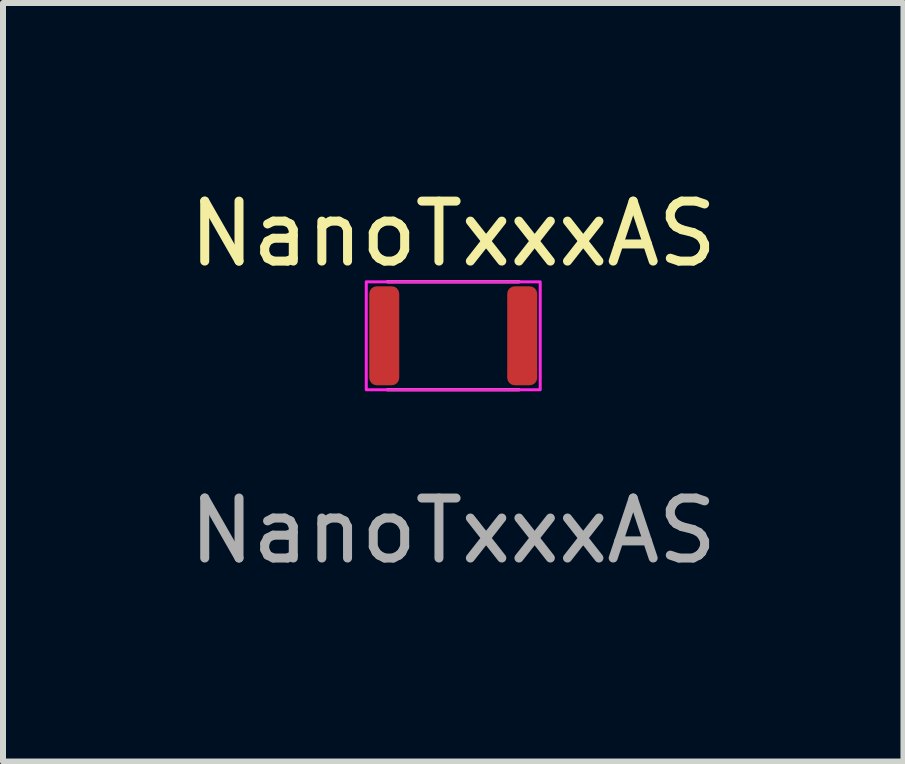
<source format=kicad_pcb>
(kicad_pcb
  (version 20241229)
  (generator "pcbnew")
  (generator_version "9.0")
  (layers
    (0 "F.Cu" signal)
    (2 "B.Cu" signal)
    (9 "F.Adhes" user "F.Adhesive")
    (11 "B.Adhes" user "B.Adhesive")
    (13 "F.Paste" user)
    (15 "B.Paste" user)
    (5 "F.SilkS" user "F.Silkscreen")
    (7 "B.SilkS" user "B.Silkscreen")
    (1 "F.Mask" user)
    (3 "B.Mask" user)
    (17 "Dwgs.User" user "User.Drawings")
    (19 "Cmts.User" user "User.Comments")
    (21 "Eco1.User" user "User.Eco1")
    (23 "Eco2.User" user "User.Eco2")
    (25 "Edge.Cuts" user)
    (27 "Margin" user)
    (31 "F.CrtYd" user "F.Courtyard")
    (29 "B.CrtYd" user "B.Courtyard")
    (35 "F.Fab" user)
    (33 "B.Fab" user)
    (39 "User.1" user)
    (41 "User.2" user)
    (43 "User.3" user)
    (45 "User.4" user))
  (footprint "NanoTxxxAS"
    (layer "F.Cu")
    (at 4.506 2.548)
    (property "Reference" "NanoTxxxAS" (at 0 -1.7 0) (unlocked yes) (layer "F.SilkS") (effects (font (size 1 1) (thickness 0.15))))
    (attr smd)
    (fp_line (start -1.1 -0.9) (end 1.1 -0.9) (stroke (width 0.05) (type default)) (layer "F.SilkS"))
    (fp_line (start -1.1 0.9) (end 1.1 0.9) (stroke (width 0.05) (type default)) (layer "F.SilkS"))
    (fp_rect (start -1.45 -0.9) (end 1.45 0.9) (stroke (width 0.05) (type default)) (fill no) (layer "F.CrtYd"))
    (fp_text user "${REFERENCE}" (at 0 3.25 0) (unlocked yes) (layer "F.Fab") (effects (font (size 1 1) (thickness 0.15))))
    (pad "1" smd roundrect (at -1.15 0) (size 0.5 1.65) (layers "F.Cu" "F.Mask" "F.Paste") (roundrect_rratio 0.25))
    (pad "2" smd roundrect (at 1.15 0) (size 0.5 1.65) (layers "F.Cu" "F.Mask" "F.Paste") (roundrect_rratio 0.25)))
  (gr_rect
    (start -3 -3)
    (end 12.012 9.646)
    (stroke (width 0.1) (type default))
    (fill no)
    (layer "Edge.Cuts")))
</source>
